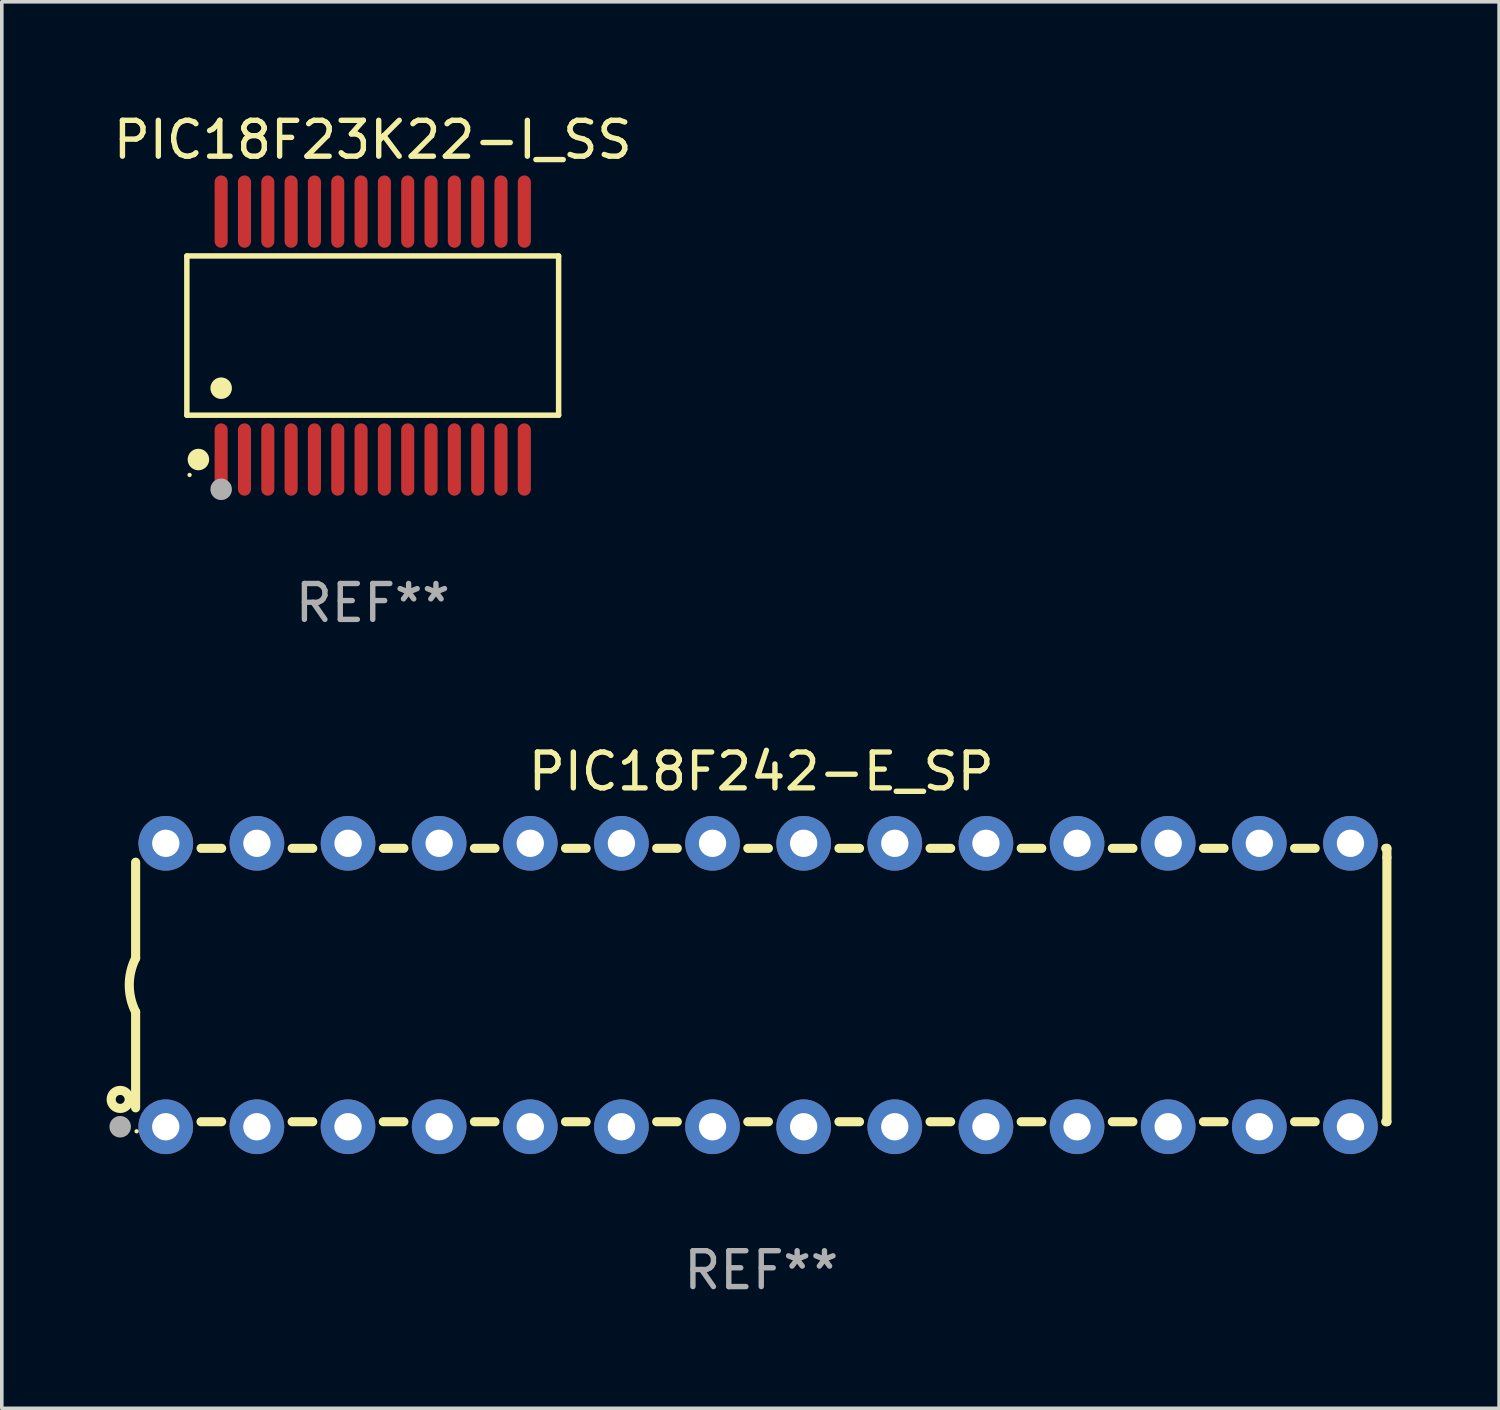
<source format=kicad_pcb>
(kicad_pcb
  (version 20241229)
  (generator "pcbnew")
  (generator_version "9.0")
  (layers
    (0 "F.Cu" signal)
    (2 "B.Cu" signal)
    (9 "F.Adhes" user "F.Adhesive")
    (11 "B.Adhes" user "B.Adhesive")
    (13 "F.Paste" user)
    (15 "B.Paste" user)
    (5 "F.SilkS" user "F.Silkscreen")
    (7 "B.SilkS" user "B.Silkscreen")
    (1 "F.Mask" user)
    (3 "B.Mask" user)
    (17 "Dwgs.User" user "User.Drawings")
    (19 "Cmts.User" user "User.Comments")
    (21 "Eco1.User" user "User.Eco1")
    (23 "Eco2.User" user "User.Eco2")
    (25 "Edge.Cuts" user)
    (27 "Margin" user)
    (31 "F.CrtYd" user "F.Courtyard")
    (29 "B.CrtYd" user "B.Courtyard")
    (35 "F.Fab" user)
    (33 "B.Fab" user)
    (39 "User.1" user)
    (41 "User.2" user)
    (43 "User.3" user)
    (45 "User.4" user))
  (footprint "PIC18F23K22-I_SS"
    (layer "F.Cu")
    (at 7.339 6.303)
    (property "Reference" "PIC18F23K22-I_SS" (at 0 -5.455 0) (layer "F.SilkS") (effects (font (size 1 1) (thickness 0.15))))
    (attr through_hole)
    (fp_line (start -5.181 -2.219) (end 5.181 -2.219) (stroke (width 0.152) (type solid)) (layer "F.SilkS"))
    (fp_line (start -5.181 2.219) (end -5.181 -2.219) (stroke (width 0.152) (type solid)) (layer "F.SilkS"))
    (fp_line (start 5.181 -2.219) (end 5.181 2.219) (stroke (width 0.152) (type solid)) (layer "F.SilkS"))
    (fp_line (start 5.181 2.219) (end -5.181 2.219) (stroke (width 0.152) (type solid)) (layer "F.SilkS"))
    (fp_circle (center -5.105 3.885) (end -5.075 3.885) (stroke (width 0.06) (type solid)) (fill no) (layer "F.SilkS"))
    (fp_circle (center -4.859 3.455) (end -4.709 3.455) (stroke (width 0.3) (type solid)) (fill no) (layer "F.SilkS"))
    (fp_circle (center -4.225 1.467) (end -4.075 1.467) (stroke (width 0.3) (type solid)) (fill no) (layer "F.SilkS"))
    (fp_circle (center -4.225 4.285) (end -4.075 4.285) (stroke (width 0.3) (type solid)) (fill no) (layer "F.Fab"))
    (fp_text user "REF**" (at 0 7.455 0) (layer "F.Fab") (effects (font (size 1 1) (thickness 0.15))))
    (pad "1" smd oval (at -4.225 3.455) (size 0.364 2.015) (layers "F.Cu" "F.Mask" "F.Paste"))
    (pad "2" smd oval (at -3.575 3.455) (size 0.364 2.015) (layers "F.Cu" "F.Mask" "F.Paste"))
    (pad "3" smd oval (at -2.925 3.455) (size 0.364 2.015) (layers "F.Cu" "F.Mask" "F.Paste"))
    (pad "4" smd oval (at -2.275 3.455) (size 0.364 2.015) (layers "F.Cu" "F.Mask" "F.Paste"))
    (pad "5" smd oval (at -1.625 3.455) (size 0.364 2.015) (layers "F.Cu" "F.Mask" "F.Paste"))
    (pad "6" smd oval (at -0.975 3.455) (size 0.364 2.015) (layers "F.Cu" "F.Mask" "F.Paste"))
    (pad "7" smd oval (at -0.325 3.455) (size 0.364 2.015) (layers "F.Cu" "F.Mask" "F.Paste"))
    (pad "8" smd oval (at 0.325 3.455) (size 0.364 2.015) (layers "F.Cu" "F.Mask" "F.Paste"))
    (pad "9" smd oval (at 0.975 3.455) (size 0.364 2.015) (layers "F.Cu" "F.Mask" "F.Paste"))
    (pad "10" smd oval (at 1.625 3.455) (size 0.364 2.015) (layers "F.Cu" "F.Mask" "F.Paste"))
    (pad "11" smd oval (at 2.275 3.455) (size 0.364 2.015) (layers "F.Cu" "F.Mask" "F.Paste"))
    (pad "12" smd oval (at 2.925 3.455) (size 0.364 2.015) (layers "F.Cu" "F.Mask" "F.Paste"))
    (pad "13" smd oval (at 3.575 3.455) (size 0.364 2.015) (layers "F.Cu" "F.Mask" "F.Paste"))
    (pad "14" smd oval (at 4.225 3.455) (size 0.364 2.015) (layers "F.Cu" "F.Mask" "F.Paste"))
    (pad "15" smd oval (at 4.225 -3.455) (size 0.364 2.015) (layers "F.Cu" "F.Mask" "F.Paste"))
    (pad "16" smd oval (at 3.575 -3.455) (size 0.364 2.015) (layers "F.Cu" "F.Mask" "F.Paste"))
    (pad "17" smd oval (at 2.925 -3.455) (size 0.364 2.015) (layers "F.Cu" "F.Mask" "F.Paste"))
    (pad "18" smd oval (at 2.275 -3.455) (size 0.364 2.015) (layers "F.Cu" "F.Mask" "F.Paste"))
    (pad "19" smd oval (at 1.625 -3.455) (size 0.364 2.015) (layers "F.Cu" "F.Mask" "F.Paste"))
    (pad "20" smd oval (at 0.975 -3.455) (size 0.364 2.015) (layers "F.Cu" "F.Mask" "F.Paste"))
    (pad "21" smd oval (at 0.325 -3.455) (size 0.364 2.015) (layers "F.Cu" "F.Mask" "F.Paste"))
    (pad "22" smd oval (at -0.325 -3.455) (size 0.364 2.015) (layers "F.Cu" "F.Mask" "F.Paste"))
    (pad "23" smd oval (at -0.975 -3.455) (size 0.364 2.015) (layers "F.Cu" "F.Mask" "F.Paste"))
    (pad "24" smd oval (at -1.625 -3.455) (size 0.364 2.015) (layers "F.Cu" "F.Mask" "F.Paste"))
    (pad "25" smd oval (at -2.275 -3.455) (size 0.364 2.015) (layers "F.Cu" "F.Mask" "F.Paste"))
    (pad "26" smd oval (at -2.925 -3.455) (size 0.364 2.015) (layers "F.Cu" "F.Mask" "F.Paste"))
    (pad "27" smd oval (at -3.575 -3.455) (size 0.364 2.015) (layers "F.Cu" "F.Mask" "F.Paste"))
    (pad "28" smd oval (at -4.225 -3.455) (size 0.364 2.015) (layers "F.Cu" "F.Mask" "F.Paste")))
  (footprint "PIC18F242-E_SP"
    (layer "F.Cu")
    (at 18.168 24.405)
    (property "Reference" "PIC18F242-E_SP" (at 0 -5.95 0) (layer "F.SilkS") (effects (font (size 1 1) (thickness 0.15))))
    (attr through_hole)
    (fp_line (start -17.438 0.75) (end -17.438 3.423) (stroke (width 0.254) (type solid)) (layer "F.SilkS"))
    (fp_line (start -17.438 -3.423) (end -17.438 -0.75) (stroke (width 0.254) (type solid)) (layer "F.SilkS"))
    (fp_line (start -15.615 3.81) (end -15.041 3.81) (stroke (width 0.254) (type solid)) (layer "F.SilkS"))
    (fp_line (start -15.041 -3.81) (end -15.614 -3.81) (stroke (width 0.254) (type solid)) (layer "F.SilkS"))
    (fp_line (start -13.075 3.81) (end -12.501 3.81) (stroke (width 0.254) (type solid)) (layer "F.SilkS"))
    (fp_line (start -12.501 -3.81) (end -13.074 -3.81) (stroke (width 0.254) (type solid)) (layer "F.SilkS"))
    (fp_line (start -10.535 3.81) (end -9.961 3.81) (stroke (width 0.254) (type solid)) (layer "F.SilkS"))
    (fp_line (start -9.961 -3.81) (end -10.534 -3.81) (stroke (width 0.254) (type solid)) (layer "F.SilkS"))
    (fp_line (start -7.995 3.81) (end -7.421 3.81) (stroke (width 0.254) (type solid)) (layer "F.SilkS"))
    (fp_line (start -7.421 -3.81) (end -7.995 -3.81) (stroke (width 0.254) (type solid)) (layer "F.SilkS"))
    (fp_line (start -5.455 3.81) (end -4.881 3.81) (stroke (width 0.254) (type solid)) (layer "F.SilkS"))
    (fp_line (start -4.881 -3.81) (end -5.455 -3.81) (stroke (width 0.254) (type solid)) (layer "F.SilkS"))
    (fp_line (start -2.915 3.81) (end -2.341 3.81) (stroke (width 0.254) (type solid)) (layer "F.SilkS"))
    (fp_line (start -2.341 -3.81) (end -2.915 -3.81) (stroke (width 0.254) (type solid)) (layer "F.SilkS"))
    (fp_line (start -0.375 3.81) (end 0.199 3.81) (stroke (width 0.254) (type solid)) (layer "F.SilkS"))
    (fp_line (start 0.199 -3.81) (end -0.375 -3.81) (stroke (width 0.254) (type solid)) (layer "F.SilkS"))
    (fp_line (start 2.165 3.81) (end 2.739 3.81) (stroke (width 0.254) (type solid)) (layer "F.SilkS"))
    (fp_line (start 2.739 -3.81) (end 2.165 -3.81) (stroke (width 0.254) (type solid)) (layer "F.SilkS"))
    (fp_line (start 4.705 3.81) (end 5.279 3.81) (stroke (width 0.254) (type solid)) (layer "F.SilkS"))
    (fp_line (start 5.279 -3.81) (end 4.705 -3.81) (stroke (width 0.254) (type solid)) (layer "F.SilkS"))
    (fp_line (start 7.245 3.81) (end 7.819 3.81) (stroke (width 0.254) (type solid)) (layer "F.SilkS"))
    (fp_line (start 7.819 -3.81) (end 7.245 -3.81) (stroke (width 0.254) (type solid)) (layer "F.SilkS"))
    (fp_line (start 9.785 3.81) (end 10.359 3.81) (stroke (width 0.254) (type solid)) (layer "F.SilkS"))
    (fp_line (start 10.359 -3.81) (end 9.785 -3.81) (stroke (width 0.254) (type solid)) (layer "F.SilkS"))
    (fp_line (start 12.325 3.81) (end 12.899 3.81) (stroke (width 0.254) (type solid)) (layer "F.SilkS"))
    (fp_line (start 12.899 -3.81) (end 12.325 -3.81) (stroke (width 0.254) (type solid)) (layer "F.SilkS"))
    (fp_line (start 14.865 3.81) (end 15.439 3.81) (stroke (width 0.254) (type solid)) (layer "F.SilkS"))
    (fp_line (start 15.439 -3.81) (end 14.865 -3.81) (stroke (width 0.254) (type solid)) (layer "F.SilkS"))
    (fp_line (start 17.405 3.81) (end 17.438 3.81) (stroke (width 0.254) (type solid)) (layer "F.SilkS"))
    (fp_line (start 17.438 -3.81) (end 17.405 -3.81) (stroke (width 0.254) (type solid)) (layer "F.SilkS"))
    (fp_line (start 17.438 -3.556) (end 17.438 -3.81) (stroke (width 0.254) (type solid)) (layer "F.SilkS"))
    (fp_line (start 17.438 3.81) (end 17.438 -3.556) (stroke (width 0.254) (type solid)) (layer "F.SilkS"))
    (fp_arc (start -17.437986 0.749657) (mid -17.614887 -0.000024) (end -17.437783 -0.749657) (stroke (width 0.254001) (type solid)) (layer "F.SilkS"))
    (fp_circle (center -17.868 3.188) (end -17.743 3.188) (stroke (width 0.254) (type solid)) (fill no) (layer "F.SilkS"))
    (fp_circle (center -17.411 4.077) (end -17.381 4.077) (stroke (width 0.06) (type solid)) (fill no) (layer "F.SilkS"))
    (fp_circle (center -17.868 3.95) (end -17.718 3.95) (stroke (width 0.3) (type solid)) (fill no) (layer "F.Fab"))
    (fp_text user "REF**" (at 0 7.95 0) (layer "F.Fab") (effects (font (size 1 1) (thickness 0.15))))
    (pad "1" thru_hole circle (at -16.598 3.95) (size 1.524 1.524) (drill 0.762) (layers "*.Cu" "*.Mask"))
    (pad "2" thru_hole circle (at -14.058 3.95) (size 1.524 1.524) (drill 0.762) (layers "*.Cu" "*.Mask"))
    (pad "3" thru_hole circle (at -11.518 3.95) (size 1.524 1.524) (drill 0.762) (layers "*.Cu" "*.Mask"))
    (pad "4" thru_hole circle (at -8.978 3.95) (size 1.524 1.524) (drill 0.762) (layers "*.Cu" "*.Mask"))
    (pad "5" thru_hole circle (at -6.438 3.95) (size 1.524 1.524) (drill 0.762) (layers "*.Cu" "*.Mask"))
    (pad "6" thru_hole circle (at -3.898 3.95) (size 1.524 1.524) (drill 0.762) (layers "*.Cu" "*.Mask"))
    (pad "7" thru_hole circle (at -1.358 3.95) (size 1.524 1.524) (drill 0.762) (layers "*.Cu" "*.Mask"))
    (pad "8" thru_hole circle (at 1.182 3.95) (size 1.524 1.524) (drill 0.762) (layers "*.Cu" "*.Mask"))
    (pad "9" thru_hole circle (at 3.722 3.95) (size 1.524 1.524) (drill 0.762) (layers "*.Cu" "*.Mask"))
    (pad "10" thru_hole circle (at 6.262 3.95) (size 1.524 1.524) (drill 0.762) (layers "*.Cu" "*.Mask"))
    (pad "11" thru_hole circle (at 8.802 3.95) (size 1.524 1.524) (drill 0.762) (layers "*.Cu" "*.Mask"))
    (pad "12" thru_hole circle (at 11.342 3.95) (size 1.524 1.524) (drill 0.762) (layers "*.Cu" "*.Mask"))
    (pad "13" thru_hole circle (at 13.882 3.95) (size 1.524 1.524) (drill 0.762) (layers "*.Cu" "*.Mask"))
    (pad "14" thru_hole circle (at 16.422 3.95) (size 1.524 1.524) (drill 0.762) (layers "*.Cu" "*.Mask"))
    (pad "15" thru_hole circle (at 16.422 -3.95) (size 1.524 1.524) (drill 0.762) (layers "*.Cu" "*.Mask"))
    (pad "16" thru_hole circle (at 13.882 -3.95) (size 1.524 1.524) (drill 0.762) (layers "*.Cu" "*.Mask"))
    (pad "17" thru_hole circle (at 11.342 -3.95) (size 1.524 1.524) (drill 0.762) (layers "*.Cu" "*.Mask"))
    (pad "18" thru_hole circle (at 8.802 -3.95) (size 1.524 1.524) (drill 0.762) (layers "*.Cu" "*.Mask"))
    (pad "19" thru_hole circle (at 6.262 -3.95) (size 1.524 1.524) (drill 0.762) (layers "*.Cu" "*.Mask"))
    (pad "20" thru_hole circle (at 3.722 -3.95) (size 1.524 1.524) (drill 0.762) (layers "*.Cu" "*.Mask"))
    (pad "21" thru_hole circle (at 1.182 -3.95) (size 1.524 1.524) (drill 0.762) (layers "*.Cu" "*.Mask"))
    (pad "22" thru_hole circle (at -1.358 -3.95) (size 1.524 1.524) (drill 0.762) (layers "*.Cu" "*.Mask"))
    (pad "23" thru_hole circle (at -3.898 -3.95) (size 1.524 1.524) (drill 0.762) (layers "*.Cu" "*.Mask"))
    (pad "24" thru_hole circle (at -6.438 -3.95) (size 1.524 1.524) (drill 0.762) (layers "*.Cu" "*.Mask"))
    (pad "25" thru_hole circle (at -8.978 -3.95) (size 1.524 1.524) (drill 0.762) (layers "*.Cu" "*.Mask"))
    (pad "26" thru_hole circle (at -11.517 -3.95) (size 1.524 1.524) (drill 0.762) (layers "*.Cu" "*.Mask"))
    (pad "27" thru_hole circle (at -14.057 -3.95) (size 1.524 1.524) (drill 0.762) (layers "*.Cu" "*.Mask"))
    (pad "28" thru_hole circle (at -16.597 -3.95) (size 1.524 1.524) (drill 0.762) (layers "*.Cu" "*.Mask")))
  (gr_rect
    (start -3 -3)
    (end 38.733 36.203)
    (stroke (width 0.1) (type default))
    (fill no)
    (layer "Edge.Cuts")))
</source>
